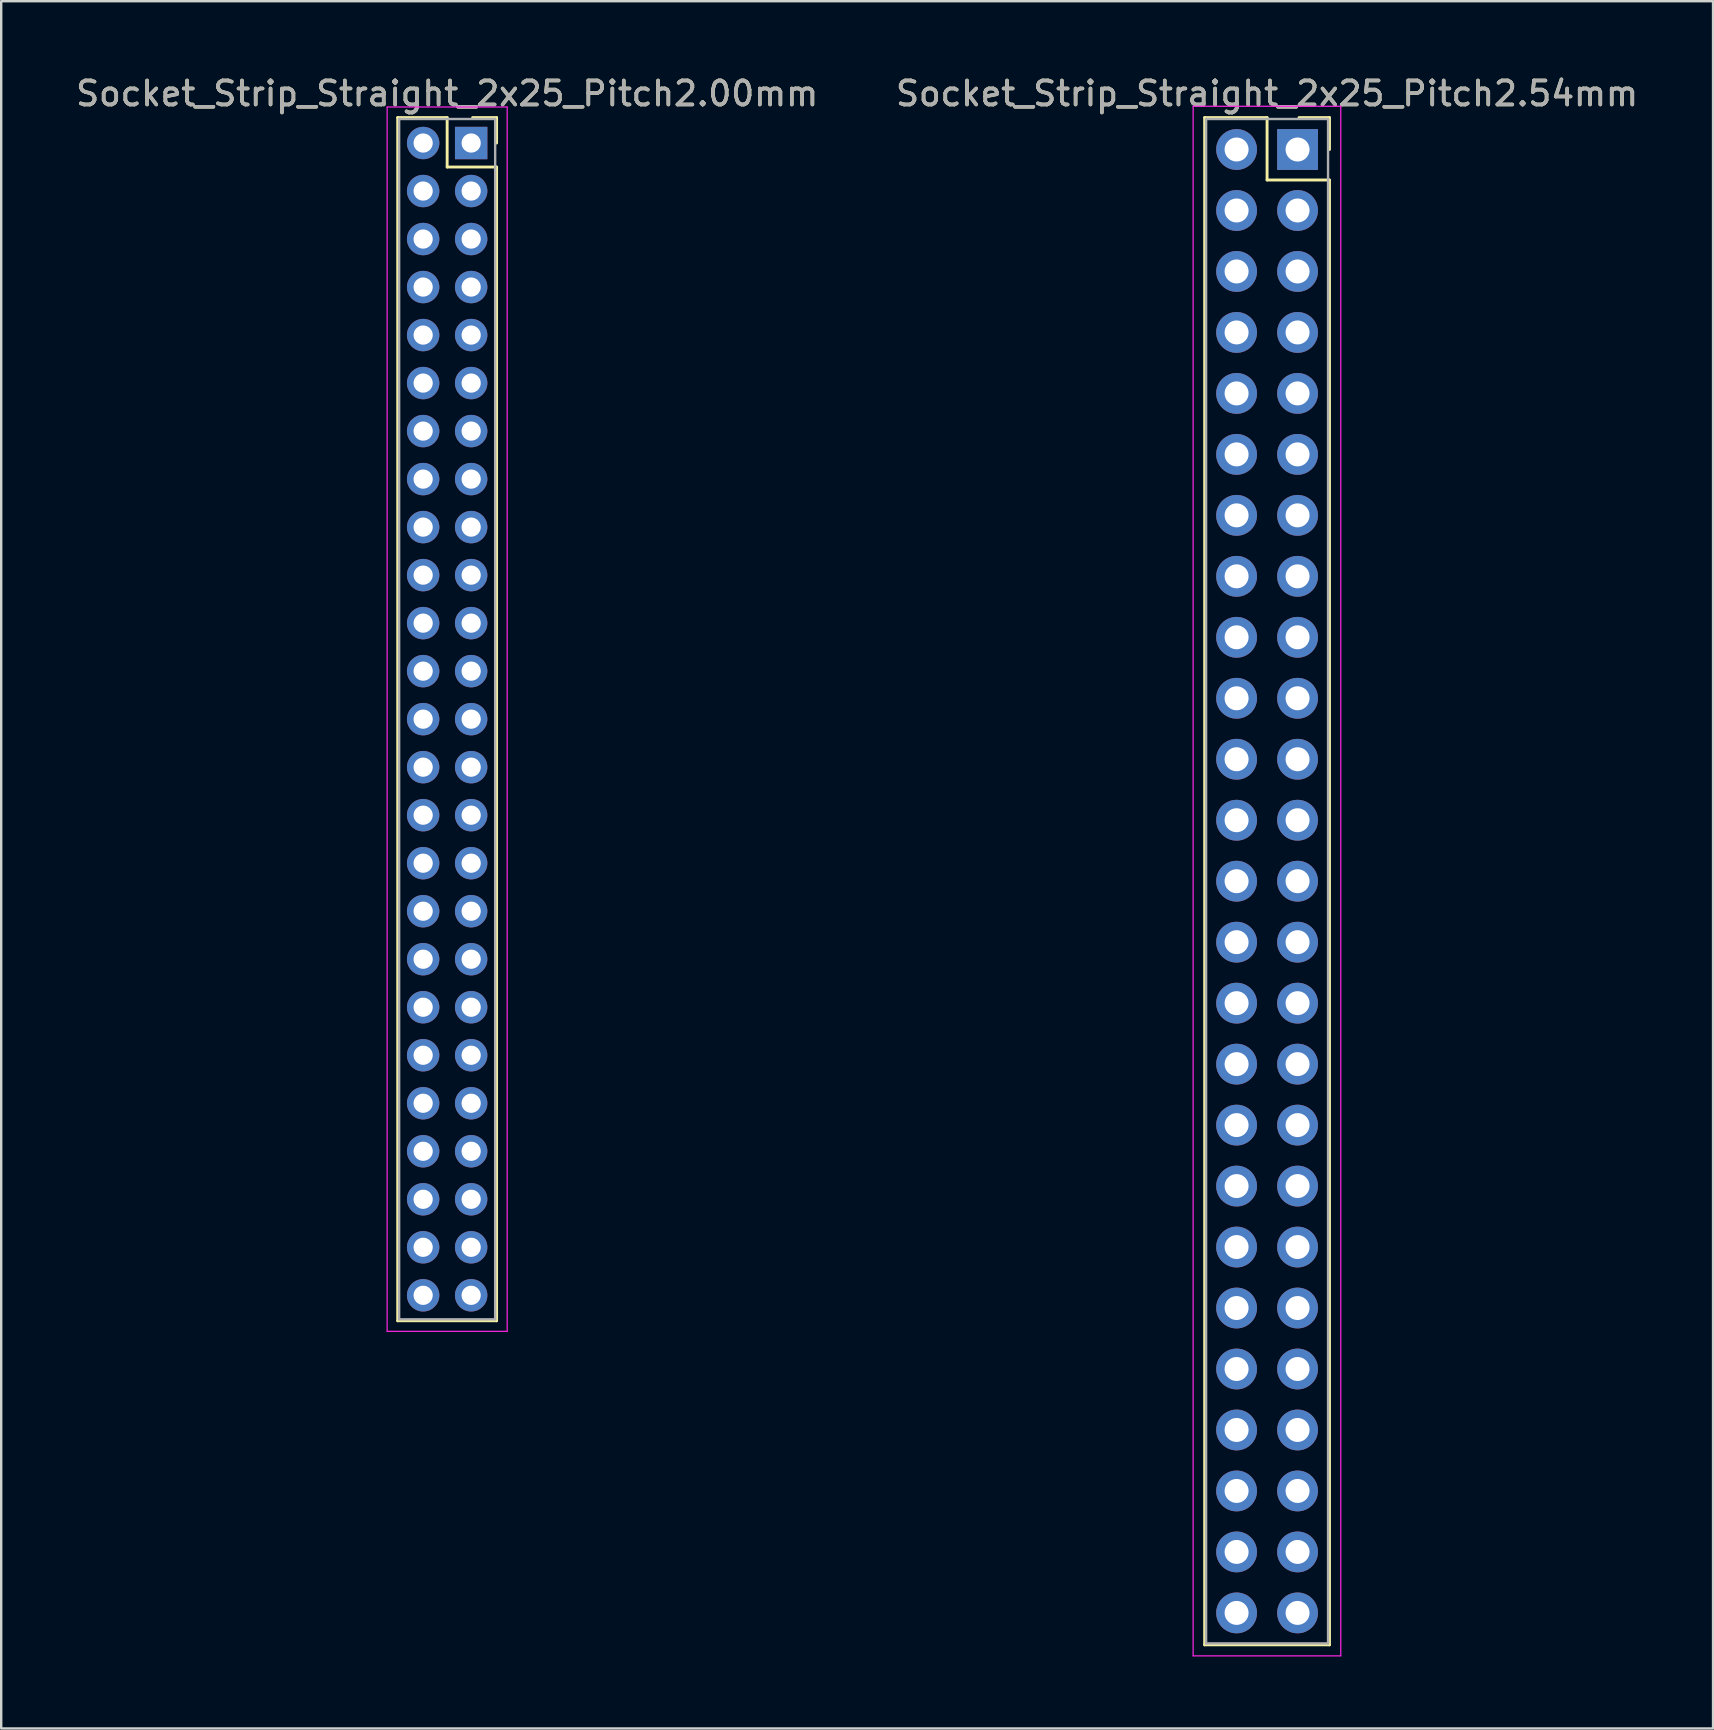
<source format=kicad_pcb>
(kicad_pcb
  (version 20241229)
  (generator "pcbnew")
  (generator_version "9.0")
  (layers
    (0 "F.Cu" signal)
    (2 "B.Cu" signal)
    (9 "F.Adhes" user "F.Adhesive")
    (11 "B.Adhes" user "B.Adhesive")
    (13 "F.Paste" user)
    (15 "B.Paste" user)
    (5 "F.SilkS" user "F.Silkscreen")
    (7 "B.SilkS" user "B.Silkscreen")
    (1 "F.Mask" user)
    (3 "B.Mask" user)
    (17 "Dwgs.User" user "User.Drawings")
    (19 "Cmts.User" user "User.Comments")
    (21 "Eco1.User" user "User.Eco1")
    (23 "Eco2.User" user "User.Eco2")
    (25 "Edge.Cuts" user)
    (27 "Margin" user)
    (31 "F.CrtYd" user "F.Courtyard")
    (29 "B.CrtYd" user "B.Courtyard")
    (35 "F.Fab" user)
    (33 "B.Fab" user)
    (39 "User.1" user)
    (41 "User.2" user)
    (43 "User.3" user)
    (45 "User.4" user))
  (footprint "Socket_Strip_Straight_2x25_Pitch2.00mm"
    (layer "F.Cu")
    (at 16.577 2.908)
    (property "Reference" "Socket_Strip_Straight_2x25_Pitch2.00mm" (at -1 -2.06 0) (layer "F.SilkS") (effects (font (size 1 1) (thickness 0.15))))
    (attr through_hole)
    (fp_line (start -3.06 -1.06) (end -1 -1.06) (stroke (width 0.12) (type solid)) (layer "F.SilkS"))
    (fp_line (start -3.06 49.06) (end -3.06 -1.06) (stroke (width 0.12) (type solid)) (layer "F.SilkS"))
    (fp_line (start -1 -1.06) (end -1 1) (stroke (width 0.12) (type solid)) (layer "F.SilkS"))
    (fp_line (start -1 1) (end 1.06 1) (stroke (width 0.12) (type solid)) (layer "F.SilkS"))
    (fp_line (start 1.06 -1.06) (end 0.06 -1.06) (stroke (width 0.12) (type solid)) (layer "F.SilkS"))
    (fp_line (start 1.06 0) (end 1.06 -1.06) (stroke (width 0.12) (type solid)) (layer "F.SilkS"))
    (fp_line (start 1.06 1) (end 1.06 49.06) (stroke (width 0.12) (type solid)) (layer "F.SilkS"))
    (fp_line (start 1.06 49.06) (end -3.06 49.06) (stroke (width 0.12) (type solid)) (layer "F.SilkS"))
    (fp_line (start -3.5 -1.5) (end -3.5 49.5) (stroke (width 0.05) (type solid)) (layer "F.CrtYd"))
    (fp_line (start -3.5 49.5) (end 1.5 49.5) (stroke (width 0.05) (type solid)) (layer "F.CrtYd"))
    (fp_line (start 1.5 -1.5) (end -3.5 -1.5) (stroke (width 0.05) (type solid)) (layer "F.CrtYd"))
    (fp_line (start 1.5 49.5) (end 1.5 -1.5) (stroke (width 0.05) (type solid)) (layer "F.CrtYd"))
    (fp_line (start -3 -1) (end -3 49) (stroke (width 0.1) (type solid)) (layer "F.Fab"))
    (fp_line (start -3 49) (end 1 49) (stroke (width 0.1) (type solid)) (layer "F.Fab"))
    (fp_line (start 1 -1) (end -3 -1) (stroke (width 0.1) (type solid)) (layer "F.Fab"))
    (fp_line (start 1 49) (end 1 -1) (stroke (width 0.1) (type solid)) (layer "F.Fab"))
    (fp_text user "${REFERENCE}" (at -1 -2.06 0) (layer "F.Fab") (effects (font (size 1 1) (thickness 0.15))))
    (pad "1" thru_hole rect (at 0 0) (size 1.35 1.35) (drill 0.8) (layers "*.Cu" "*.Mask"))
    (pad "2" thru_hole oval (at -2 0) (size 1.35 1.35) (drill 0.8) (layers "*.Cu" "*.Mask"))
    (pad "3" thru_hole oval (at 0 2) (size 1.35 1.35) (drill 0.8) (layers "*.Cu" "*.Mask"))
    (pad "4" thru_hole oval (at -2 2) (size 1.35 1.35) (drill 0.8) (layers "*.Cu" "*.Mask"))
    (pad "5" thru_hole oval (at 0 4) (size 1.35 1.35) (drill 0.8) (layers "*.Cu" "*.Mask"))
    (pad "6" thru_hole oval (at -2 4) (size 1.35 1.35) (drill 0.8) (layers "*.Cu" "*.Mask"))
    (pad "7" thru_hole oval (at 0 6) (size 1.35 1.35) (drill 0.8) (layers "*.Cu" "*.Mask"))
    (pad "8" thru_hole oval (at -2 6) (size 1.35 1.35) (drill 0.8) (layers "*.Cu" "*.Mask"))
    (pad "9" thru_hole oval (at 0 8) (size 1.35 1.35) (drill 0.8) (layers "*.Cu" "*.Mask"))
    (pad "10" thru_hole oval (at -2 8) (size 1.35 1.35) (drill 0.8) (layers "*.Cu" "*.Mask"))
    (pad "11" thru_hole oval (at 0 10) (size 1.35 1.35) (drill 0.8) (layers "*.Cu" "*.Mask"))
    (pad "12" thru_hole oval (at -2 10) (size 1.35 1.35) (drill 0.8) (layers "*.Cu" "*.Mask"))
    (pad "13" thru_hole oval (at 0 12) (size 1.35 1.35) (drill 0.8) (layers "*.Cu" "*.Mask"))
    (pad "14" thru_hole oval (at -2 12) (size 1.35 1.35) (drill 0.8) (layers "*.Cu" "*.Mask"))
    (pad "15" thru_hole oval (at 0 14) (size 1.35 1.35) (drill 0.8) (layers "*.Cu" "*.Mask"))
    (pad "16" thru_hole oval (at -2 14) (size 1.35 1.35) (drill 0.8) (layers "*.Cu" "*.Mask"))
    (pad "17" thru_hole oval (at 0 16) (size 1.35 1.35) (drill 0.8) (layers "*.Cu" "*.Mask"))
    (pad "18" thru_hole oval (at -2 16) (size 1.35 1.35) (drill 0.8) (layers "*.Cu" "*.Mask"))
    (pad "19" thru_hole oval (at 0 18) (size 1.35 1.35) (drill 0.8) (layers "*.Cu" "*.Mask"))
    (pad "20" thru_hole oval (at -2 18) (size 1.35 1.35) (drill 0.8) (layers "*.Cu" "*.Mask"))
    (pad "21" thru_hole oval (at 0 20) (size 1.35 1.35) (drill 0.8) (layers "*.Cu" "*.Mask"))
    (pad "22" thru_hole oval (at -2 20) (size 1.35 1.35) (drill 0.8) (layers "*.Cu" "*.Mask"))
    (pad "23" thru_hole oval (at 0 22) (size 1.35 1.35) (drill 0.8) (layers "*.Cu" "*.Mask"))
    (pad "24" thru_hole oval (at -2 22) (size 1.35 1.35) (drill 0.8) (layers "*.Cu" "*.Mask"))
    (pad "25" thru_hole oval (at 0 24) (size 1.35 1.35) (drill 0.8) (layers "*.Cu" "*.Mask"))
    (pad "26" thru_hole oval (at -2 24) (size 1.35 1.35) (drill 0.8) (layers "*.Cu" "*.Mask"))
    (pad "27" thru_hole oval (at 0 26) (size 1.35 1.35) (drill 0.8) (layers "*.Cu" "*.Mask"))
    (pad "28" thru_hole oval (at -2 26) (size 1.35 1.35) (drill 0.8) (layers "*.Cu" "*.Mask"))
    (pad "29" thru_hole oval (at 0 28) (size 1.35 1.35) (drill 0.8) (layers "*.Cu" "*.Mask"))
    (pad "30" thru_hole oval (at -2 28) (size 1.35 1.35) (drill 0.8) (layers "*.Cu" "*.Mask"))
    (pad "31" thru_hole oval (at 0 30) (size 1.35 1.35) (drill 0.8) (layers "*.Cu" "*.Mask"))
    (pad "32" thru_hole oval (at -2 30) (size 1.35 1.35) (drill 0.8) (layers "*.Cu" "*.Mask"))
    (pad "33" thru_hole oval (at 0 32) (size 1.35 1.35) (drill 0.8) (layers "*.Cu" "*.Mask"))
    (pad "34" thru_hole oval (at -2 32) (size 1.35 1.35) (drill 0.8) (layers "*.Cu" "*.Mask"))
    (pad "35" thru_hole oval (at 0 34) (size 1.35 1.35) (drill 0.8) (layers "*.Cu" "*.Mask"))
    (pad "36" thru_hole oval (at -2 34) (size 1.35 1.35) (drill 0.8) (layers "*.Cu" "*.Mask"))
    (pad "37" thru_hole oval (at 0 36) (size 1.35 1.35) (drill 0.8) (layers "*.Cu" "*.Mask"))
    (pad "38" thru_hole oval (at -2 36) (size 1.35 1.35) (drill 0.8) (layers "*.Cu" "*.Mask"))
    (pad "39" thru_hole oval (at 0 38) (size 1.35 1.35) (drill 0.8) (layers "*.Cu" "*.Mask"))
    (pad "40" thru_hole oval (at -2 38) (size 1.35 1.35) (drill 0.8) (layers "*.Cu" "*.Mask"))
    (pad "41" thru_hole oval (at 0 40) (size 1.35 1.35) (drill 0.8) (layers "*.Cu" "*.Mask"))
    (pad "42" thru_hole oval (at -2 40) (size 1.35 1.35) (drill 0.8) (layers "*.Cu" "*.Mask"))
    (pad "43" thru_hole oval (at 0 42) (size 1.35 1.35) (drill 0.8) (layers "*.Cu" "*.Mask"))
    (pad "44" thru_hole oval (at -2 42) (size 1.35 1.35) (drill 0.8) (layers "*.Cu" "*.Mask"))
    (pad "45" thru_hole oval (at 0 44) (size 1.35 1.35) (drill 0.8) (layers "*.Cu" "*.Mask"))
    (pad "46" thru_hole oval (at -2 44) (size 1.35 1.35) (drill 0.8) (layers "*.Cu" "*.Mask"))
    (pad "47" thru_hole oval (at 0 46) (size 1.35 1.35) (drill 0.8) (layers "*.Cu" "*.Mask"))
    (pad "48" thru_hole oval (at -2 46) (size 1.35 1.35) (drill 0.8) (layers "*.Cu" "*.Mask"))
    (pad "49" thru_hole oval (at 0 48) (size 1.35 1.35) (drill 0.8) (layers "*.Cu" "*.Mask"))
    (pad "50" thru_hole oval (at -2 48) (size 1.35 1.35) (drill 0.8) (layers "*.Cu" "*.Mask")))
  (footprint "Socket_Strip_Straight_2x25_Pitch2.54mm"
    (layer "F.Cu")
    (at 51.002 3.178)
    (property "Reference" "Socket_Strip_Straight_2x25_Pitch2.54mm" (at -1.27 -2.33 0) (layer "F.SilkS") (effects (font (size 1 1) (thickness 0.15))))
    (attr through_hole)
    (fp_line (start -3.87 -1.33) (end -1.27 -1.33) (stroke (width 0.12) (type solid)) (layer "F.SilkS"))
    (fp_line (start -3.87 62.29) (end -3.87 -1.33) (stroke (width 0.12) (type solid)) (layer "F.SilkS"))
    (fp_line (start -1.27 -1.33) (end -1.27 1.27) (stroke (width 0.12) (type solid)) (layer "F.SilkS"))
    (fp_line (start -1.27 1.27) (end 1.33 1.27) (stroke (width 0.12) (type solid)) (layer "F.SilkS"))
    (fp_line (start 1.33 -1.33) (end 0.06 -1.33) (stroke (width 0.12) (type solid)) (layer "F.SilkS"))
    (fp_line (start 1.33 0) (end 1.33 -1.33) (stroke (width 0.12) (type solid)) (layer "F.SilkS"))
    (fp_line (start 1.33 1.27) (end 1.33 62.29) (stroke (width 0.12) (type solid)) (layer "F.SilkS"))
    (fp_line (start 1.33 62.29) (end -3.87 62.29) (stroke (width 0.12) (type solid)) (layer "F.SilkS"))
    (fp_line (start -4.35 -1.8) (end -4.35 62.75) (stroke (width 0.05) (type solid)) (layer "F.CrtYd"))
    (fp_line (start -4.35 62.75) (end 1.8 62.75) (stroke (width 0.05) (type solid)) (layer "F.CrtYd"))
    (fp_line (start 1.8 -1.8) (end -4.35 -1.8) (stroke (width 0.05) (type solid)) (layer "F.CrtYd"))
    (fp_line (start 1.8 62.75) (end 1.8 -1.8) (stroke (width 0.05) (type solid)) (layer "F.CrtYd"))
    (fp_line (start -3.81 -1.27) (end -3.81 62.23) (stroke (width 0.1) (type solid)) (layer "F.Fab"))
    (fp_line (start -3.81 62.23) (end 1.27 62.23) (stroke (width 0.1) (type solid)) (layer "F.Fab"))
    (fp_line (start 1.27 -1.27) (end -3.81 -1.27) (stroke (width 0.1) (type solid)) (layer "F.Fab"))
    (fp_line (start 1.27 62.23) (end 1.27 -1.27) (stroke (width 0.1) (type solid)) (layer "F.Fab"))
    (fp_text user "${REFERENCE}" (at -1.27 -2.33 0) (layer "F.Fab") (effects (font (size 1 1) (thickness 0.15))))
    (pad "1" thru_hole rect (at 0 0) (size 1.7 1.7) (drill 1) (layers "*.Cu" "*.Mask"))
    (pad "2" thru_hole oval (at -2.54 0) (size 1.7 1.7) (drill 1) (layers "*.Cu" "*.Mask"))
    (pad "3" thru_hole oval (at 0 2.54) (size 1.7 1.7) (drill 1) (layers "*.Cu" "*.Mask"))
    (pad "4" thru_hole oval (at -2.54 2.54) (size 1.7 1.7) (drill 1) (layers "*.Cu" "*.Mask"))
    (pad "5" thru_hole oval (at 0 5.08) (size 1.7 1.7) (drill 1) (layers "*.Cu" "*.Mask"))
    (pad "6" thru_hole oval (at -2.54 5.08) (size 1.7 1.7) (drill 1) (layers "*.Cu" "*.Mask"))
    (pad "7" thru_hole oval (at 0 7.62) (size 1.7 1.7) (drill 1) (layers "*.Cu" "*.Mask"))
    (pad "8" thru_hole oval (at -2.54 7.62) (size 1.7 1.7) (drill 1) (layers "*.Cu" "*.Mask"))
    (pad "9" thru_hole oval (at 0 10.16) (size 1.7 1.7) (drill 1) (layers "*.Cu" "*.Mask"))
    (pad "10" thru_hole oval (at -2.54 10.16) (size 1.7 1.7) (drill 1) (layers "*.Cu" "*.Mask"))
    (pad "11" thru_hole oval (at 0 12.7) (size 1.7 1.7) (drill 1) (layers "*.Cu" "*.Mask"))
    (pad "12" thru_hole oval (at -2.54 12.7) (size 1.7 1.7) (drill 1) (layers "*.Cu" "*.Mask"))
    (pad "13" thru_hole oval (at 0 15.24) (size 1.7 1.7) (drill 1) (layers "*.Cu" "*.Mask"))
    (pad "14" thru_hole oval (at -2.54 15.24) (size 1.7 1.7) (drill 1) (layers "*.Cu" "*.Mask"))
    (pad "15" thru_hole oval (at 0 17.78) (size 1.7 1.7) (drill 1) (layers "*.Cu" "*.Mask"))
    (pad "16" thru_hole oval (at -2.54 17.78) (size 1.7 1.7) (drill 1) (layers "*.Cu" "*.Mask"))
    (pad "17" thru_hole oval (at 0 20.32) (size 1.7 1.7) (drill 1) (layers "*.Cu" "*.Mask"))
    (pad "18" thru_hole oval (at -2.54 20.32) (size 1.7 1.7) (drill 1) (layers "*.Cu" "*.Mask"))
    (pad "19" thru_hole oval (at 0 22.86) (size 1.7 1.7) (drill 1) (layers "*.Cu" "*.Mask"))
    (pad "20" thru_hole oval (at -2.54 22.86) (size 1.7 1.7) (drill 1) (layers "*.Cu" "*.Mask"))
    (pad "21" thru_hole oval (at 0 25.4) (size 1.7 1.7) (drill 1) (layers "*.Cu" "*.Mask"))
    (pad "22" thru_hole oval (at -2.54 25.4) (size 1.7 1.7) (drill 1) (layers "*.Cu" "*.Mask"))
    (pad "23" thru_hole oval (at 0 27.94) (size 1.7 1.7) (drill 1) (layers "*.Cu" "*.Mask"))
    (pad "24" thru_hole oval (at -2.54 27.94) (size 1.7 1.7) (drill 1) (layers "*.Cu" "*.Mask"))
    (pad "25" thru_hole oval (at 0 30.48) (size 1.7 1.7) (drill 1) (layers "*.Cu" "*.Mask"))
    (pad "26" thru_hole oval (at -2.54 30.48) (size 1.7 1.7) (drill 1) (layers "*.Cu" "*.Mask"))
    (pad "27" thru_hole oval (at 0 33.02) (size 1.7 1.7) (drill 1) (layers "*.Cu" "*.Mask"))
    (pad "28" thru_hole oval (at -2.54 33.02) (size 1.7 1.7) (drill 1) (layers "*.Cu" "*.Mask"))
    (pad "29" thru_hole oval (at 0 35.56) (size 1.7 1.7) (drill 1) (layers "*.Cu" "*.Mask"))
    (pad "30" thru_hole oval (at -2.54 35.56) (size 1.7 1.7) (drill 1) (layers "*.Cu" "*.Mask"))
    (pad "31" thru_hole oval (at 0 38.1) (size 1.7 1.7) (drill 1) (layers "*.Cu" "*.Mask"))
    (pad "32" thru_hole oval (at -2.54 38.1) (size 1.7 1.7) (drill 1) (layers "*.Cu" "*.Mask"))
    (pad "33" thru_hole oval (at 0 40.64) (size 1.7 1.7) (drill 1) (layers "*.Cu" "*.Mask"))
    (pad "34" thru_hole oval (at -2.54 40.64) (size 1.7 1.7) (drill 1) (layers "*.Cu" "*.Mask"))
    (pad "35" thru_hole oval (at 0 43.18) (size 1.7 1.7) (drill 1) (layers "*.Cu" "*.Mask"))
    (pad "36" thru_hole oval (at -2.54 43.18) (size 1.7 1.7) (drill 1) (layers "*.Cu" "*.Mask"))
    (pad "37" thru_hole oval (at 0 45.72) (size 1.7 1.7) (drill 1) (layers "*.Cu" "*.Mask"))
    (pad "38" thru_hole oval (at -2.54 45.72) (size 1.7 1.7) (drill 1) (layers "*.Cu" "*.Mask"))
    (pad "39" thru_hole oval (at 0 48.26) (size 1.7 1.7) (drill 1) (layers "*.Cu" "*.Mask"))
    (pad "40" thru_hole oval (at -2.54 48.26) (size 1.7 1.7) (drill 1) (layers "*.Cu" "*.Mask"))
    (pad "41" thru_hole oval (at 0 50.8) (size 1.7 1.7) (drill 1) (layers "*.Cu" "*.Mask"))
    (pad "42" thru_hole oval (at -2.54 50.8) (size 1.7 1.7) (drill 1) (layers "*.Cu" "*.Mask"))
    (pad "43" thru_hole oval (at 0 53.34) (size 1.7 1.7) (drill 1) (layers "*.Cu" "*.Mask"))
    (pad "44" thru_hole oval (at -2.54 53.34) (size 1.7 1.7) (drill 1) (layers "*.Cu" "*.Mask"))
    (pad "45" thru_hole oval (at 0 55.88) (size 1.7 1.7) (drill 1) (layers "*.Cu" "*.Mask"))
    (pad "46" thru_hole oval (at -2.54 55.88) (size 1.7 1.7) (drill 1) (layers "*.Cu" "*.Mask"))
    (pad "47" thru_hole oval (at 0 58.42) (size 1.7 1.7) (drill 1) (layers "*.Cu" "*.Mask"))
    (pad "48" thru_hole oval (at -2.54 58.42) (size 1.7 1.7) (drill 1) (layers "*.Cu" "*.Mask"))
    (pad "49" thru_hole oval (at 0 60.96) (size 1.7 1.7) (drill 1) (layers "*.Cu" "*.Mask"))
    (pad "50" thru_hole oval (at -2.54 60.96) (size 1.7 1.7) (drill 1) (layers "*.Cu" "*.Mask")))
  (gr_rect
    (start -3 -3)
    (end 68.31 68.953)
    (stroke (width 0.1) (type default))
    (fill no)
    (layer "Edge.Cuts")))
</source>
